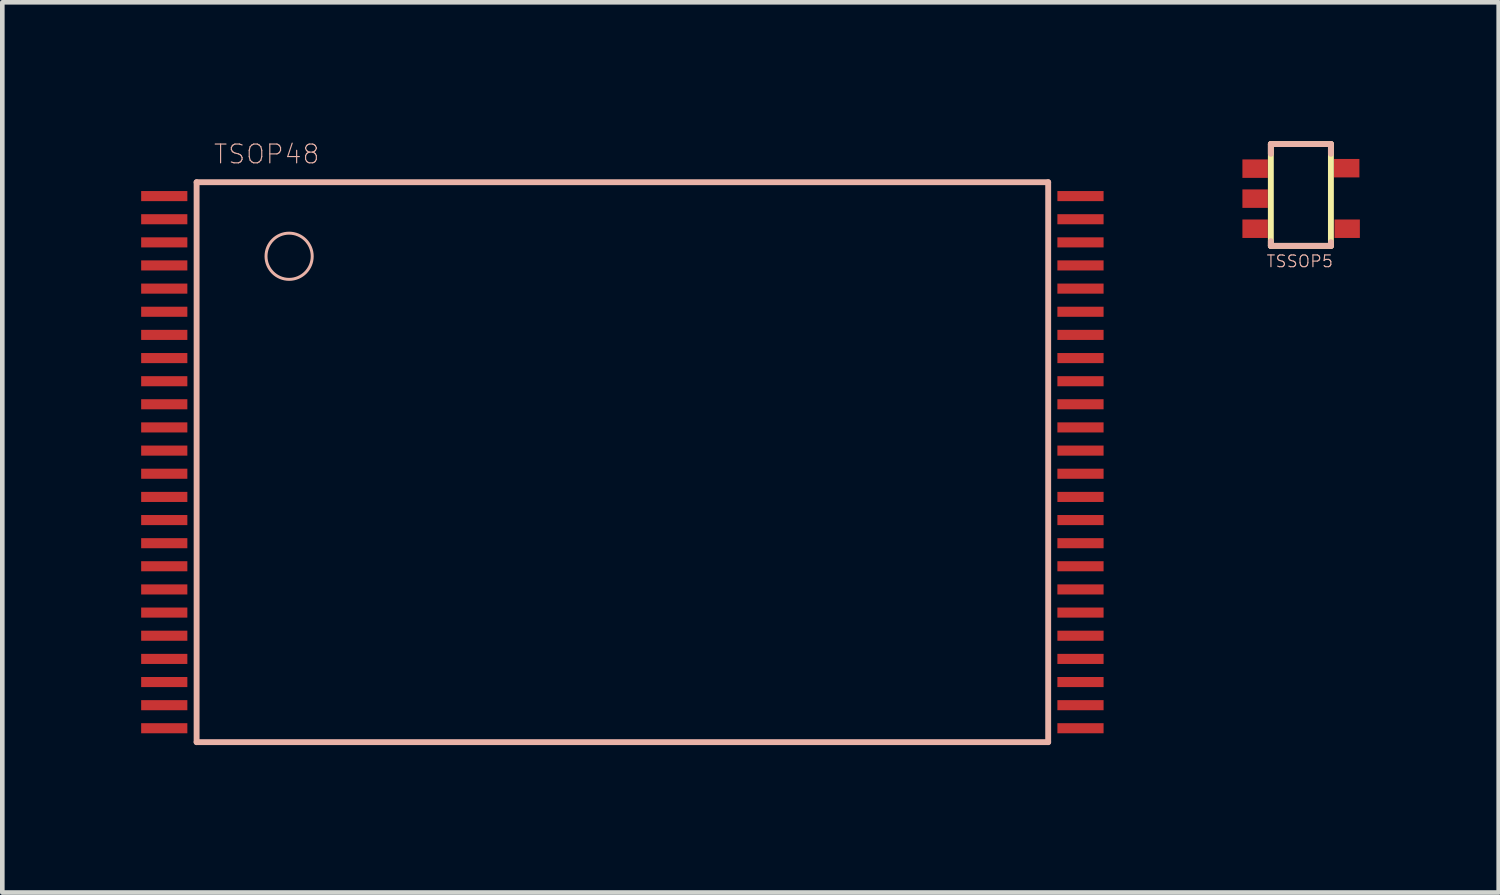
<source format=kicad_pcb>
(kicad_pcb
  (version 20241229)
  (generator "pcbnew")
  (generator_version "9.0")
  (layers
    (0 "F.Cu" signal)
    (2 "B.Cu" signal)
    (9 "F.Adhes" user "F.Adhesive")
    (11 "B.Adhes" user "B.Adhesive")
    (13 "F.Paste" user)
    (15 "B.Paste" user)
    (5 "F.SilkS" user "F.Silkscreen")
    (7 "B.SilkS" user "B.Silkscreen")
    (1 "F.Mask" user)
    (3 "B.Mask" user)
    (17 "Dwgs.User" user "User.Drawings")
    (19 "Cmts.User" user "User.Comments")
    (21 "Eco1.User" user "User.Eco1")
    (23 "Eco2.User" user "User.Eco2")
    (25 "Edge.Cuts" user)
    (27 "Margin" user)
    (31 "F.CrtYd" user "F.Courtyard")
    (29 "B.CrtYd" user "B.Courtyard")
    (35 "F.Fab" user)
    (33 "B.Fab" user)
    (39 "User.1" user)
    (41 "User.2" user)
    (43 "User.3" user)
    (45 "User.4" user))
  (footprint "TSSOP5"
    (layer "F.Cu")
    (at 25.108 1.163)
    (property "Reference" "TSSOP5" (at -0.074 1.433 0) (layer "B.SilkS") (effects (font (size 0.254 0.254) (thickness 0.025))))
    (attr smd)
    (fp_line (start -0.699 -1.1) (end -0.699 1.1) (stroke (width 0.127) (type solid)) (layer "F.SilkS"))
    (fp_line (start -0.699 1.1) (end 0.599 1.1) (stroke (width 0.127) (type solid)) (layer "F.SilkS"))
    (fp_line (start 0.599 -1.1) (end -0.699 -1.1) (stroke (width 0.127) (type solid)) (layer "F.SilkS"))
    (fp_line (start 0.599 1.1) (end 0.599 -1.1) (stroke (width 0.127) (type solid)) (layer "F.SilkS"))
    (fp_line (start -0.699 -1.1) (end 0.589 -1.1) (stroke (width 0.127) (type solid)) (layer "B.SilkS"))
    (fp_line (start -0.699 -0.889) (end -0.699 -1.1) (stroke (width 0.127) (type solid)) (layer "B.SilkS"))
    (fp_line (start -0.699 0.998) (end -0.699 1.1) (stroke (width 0.127) (type solid)) (layer "B.SilkS"))
    (fp_line (start -0.699 1.1) (end 0.599 1.1) (stroke (width 0.127) (type solid)) (layer "B.SilkS"))
    (fp_line (start 0.589 -1.1) (end 0.599 -1.1) (stroke (width 0.127) (type solid)) (layer "B.SilkS"))
    (fp_line (start 0.599 -1.1) (end 0.599 -0.889) (stroke (width 0.127) (type solid)) (layer "B.SilkS"))
    (fp_line (start 0.599 1.1) (end 0.599 1.019) (stroke (width 0.127) (type solid)) (layer "B.SilkS"))
    (pad "1" smd rect (at -1.039 -0.569 90) (size 0.399 0.549) (layers "F.Cu" "F.Mask" "F.Paste"))
    (pad "2" smd rect (at -1.039 0.079 90) (size 0.399 0.549) (layers "F.Cu" "F.Mask" "F.Paste"))
    (pad "3" smd rect (at -1.039 0.729 90) (size 0.399 0.549) (layers "F.Cu" "F.Mask" "F.Paste"))
    (pad "4" smd rect (at 0.95 0.729 90) (size 0.399 0.549) (layers "F.Cu" "F.Mask" "F.Paste"))
    (pad "5" smd rect (at 0.94 -0.579 90) (size 0.399 0.549) (layers "F.Cu" "F.Mask" "F.Paste")))
  (footprint "TSOP48"
    (layer "F.Cu")
    (at 1.198 12.985)
    (property "Reference" "TSOP48" (at 1.514 -12.703 0) (layer "B.SilkS") (effects (font (size 0.406 0.406) (thickness 0.025))))
    (attr smd)
    (fp_line (start 0 -12.098) (end 18.4 -12.098) (stroke (width 0.066) (type solid)) (layer "F.SilkS"))
    (fp_line (start 0 0) (end 0 -12.098) (stroke (width 0.066) (type solid)) (layer "F.SilkS"))
    (fp_line (start 0 0) (end 18.4 0) (stroke (width 0.066) (type solid)) (layer "F.SilkS"))
    (fp_line (start 18.4 0) (end 18.4 -12.098) (stroke (width 0.066) (type solid)) (layer "F.SilkS"))
    (fp_line (start 0 -12.098) (end 0 0) (stroke (width 0.127) (type solid)) (layer "B.SilkS"))
    (fp_line (start 0 0) (end 18.4 0) (stroke (width 0.127) (type solid)) (layer "B.SilkS"))
    (fp_line (start 18.4 -12.098) (end 0 -12.098) (stroke (width 0.127) (type solid)) (layer "B.SilkS"))
    (fp_line (start 18.4 0) (end 18.4 -12.098) (stroke (width 0.127) (type solid)) (layer "B.SilkS"))
    (fp_circle (center 1.999 -10.498) (end 2.352 -10.851) (stroke (width 0.064) (type solid)) (fill no) (layer "B.SilkS"))
    (pad "1" smd rect (at -0.699 -11.798) (size 0.998 0.218) (layers "F.Cu" "F.Mask" "F.Paste"))
    (pad "2" smd rect (at -0.699 -11.298) (size 0.998 0.218) (layers "F.Cu" "F.Mask" "F.Paste"))
    (pad "3" smd rect (at -0.699 -10.798) (size 0.998 0.218) (layers "F.Cu" "F.Mask" "F.Paste"))
    (pad "4" smd rect (at -0.699 -10.3) (size 0.998 0.218) (layers "F.Cu" "F.Mask" "F.Paste"))
    (pad "5" smd rect (at -0.699 -9.799) (size 0.998 0.218) (layers "F.Cu" "F.Mask" "F.Paste"))
    (pad "6" smd rect (at -0.699 -9.299) (size 0.998 0.218) (layers "F.Cu" "F.Mask" "F.Paste"))
    (pad "7" smd rect (at -0.699 -8.799) (size 0.998 0.218) (layers "F.Cu" "F.Mask" "F.Paste"))
    (pad "8" smd rect (at -0.699 -8.298) (size 0.998 0.218) (layers "F.Cu" "F.Mask" "F.Paste"))
    (pad "9" smd rect (at -0.699 -7.798) (size 0.998 0.218) (layers "F.Cu" "F.Mask" "F.Paste"))
    (pad "10" smd rect (at -0.699 -7.3) (size 0.998 0.218) (layers "F.Cu" "F.Mask" "F.Paste"))
    (pad "11" smd rect (at -0.699 -6.8) (size 0.998 0.218) (layers "F.Cu" "F.Mask" "F.Paste"))
    (pad "12" smd rect (at -0.699 -6.299) (size 0.998 0.218) (layers "F.Cu" "F.Mask" "F.Paste"))
    (pad "13" smd rect (at -0.699 -5.799) (size 0.998 0.218) (layers "F.Cu" "F.Mask" "F.Paste"))
    (pad "14" smd rect (at -0.699 -5.298) (size 0.998 0.218) (layers "F.Cu" "F.Mask" "F.Paste"))
    (pad "15" smd rect (at -0.699 -4.798) (size 0.998 0.218) (layers "F.Cu" "F.Mask" "F.Paste"))
    (pad "16" smd rect (at -0.699 -4.298) (size 0.998 0.218) (layers "F.Cu" "F.Mask" "F.Paste"))
    (pad "17" smd rect (at -0.699 -3.8) (size 0.998 0.218) (layers "F.Cu" "F.Mask" "F.Paste"))
    (pad "18" smd rect (at -0.699 -3.299) (size 0.998 0.218) (layers "F.Cu" "F.Mask" "F.Paste"))
    (pad "19" smd rect (at -0.699 -2.799) (size 0.998 0.218) (layers "F.Cu" "F.Mask" "F.Paste"))
    (pad "20" smd rect (at -0.699 -2.299) (size 0.998 0.218) (layers "F.Cu" "F.Mask" "F.Paste"))
    (pad "21" smd rect (at -0.699 -1.798) (size 0.998 0.218) (layers "F.Cu" "F.Mask" "F.Paste"))
    (pad "22" smd rect (at -0.699 -1.298) (size 0.998 0.218) (layers "F.Cu" "F.Mask" "F.Paste"))
    (pad "23" smd rect (at -0.699 -0.798) (size 0.998 0.218) (layers "F.Cu" "F.Mask" "F.Paste"))
    (pad "24" smd rect (at -0.699 -0.3) (size 0.998 0.218) (layers "F.Cu" "F.Mask" "F.Paste"))
    (pad "25" smd rect (at 19.098 -0.3) (size 0.998 0.218) (layers "F.Cu" "F.Mask" "F.Paste"))
    (pad "26" smd rect (at 19.098 -0.798) (size 0.998 0.218) (layers "F.Cu" "F.Mask" "F.Paste"))
    (pad "27" smd rect (at 19.098 -1.298) (size 0.998 0.218) (layers "F.Cu" "F.Mask" "F.Paste"))
    (pad "28" smd rect (at 19.098 -1.798) (size 0.998 0.218) (layers "F.Cu" "F.Mask" "F.Paste"))
    (pad "29" smd rect (at 19.098 -2.299) (size 0.998 0.218) (layers "F.Cu" "F.Mask" "F.Paste"))
    (pad "30" smd rect (at 19.098 -2.799) (size 0.998 0.218) (layers "F.Cu" "F.Mask" "F.Paste"))
    (pad "31" smd rect (at 19.098 -3.299) (size 0.998 0.218) (layers "F.Cu" "F.Mask" "F.Paste"))
    (pad "32" smd rect (at 19.098 -3.8) (size 0.998 0.218) (layers "F.Cu" "F.Mask" "F.Paste"))
    (pad "33" smd rect (at 19.098 -4.298) (size 0.998 0.218) (layers "F.Cu" "F.Mask" "F.Paste"))
    (pad "34" smd rect (at 19.098 -4.798) (size 0.998 0.218) (layers "F.Cu" "F.Mask" "F.Paste"))
    (pad "35" smd rect (at 19.098 -5.298) (size 0.998 0.218) (layers "F.Cu" "F.Mask" "F.Paste"))
    (pad "36" smd rect (at 19.098 -5.799) (size 0.998 0.218) (layers "F.Cu" "F.Mask" "F.Paste"))
    (pad "37" smd rect (at 19.098 -6.299) (size 0.998 0.218) (layers "F.Cu" "F.Mask" "F.Paste"))
    (pad "38" smd rect (at 19.098 -6.8) (size 0.998 0.218) (layers "F.Cu" "F.Mask" "F.Paste"))
    (pad "39" smd rect (at 19.098 -7.3) (size 0.998 0.218) (layers "F.Cu" "F.Mask" "F.Paste"))
    (pad "40" smd rect (at 19.098 -7.798) (size 0.998 0.218) (layers "F.Cu" "F.Mask" "F.Paste"))
    (pad "41" smd rect (at 19.098 -8.298) (size 0.998 0.218) (layers "F.Cu" "F.Mask" "F.Paste"))
    (pad "42" smd rect (at 19.098 -8.799) (size 0.998 0.218) (layers "F.Cu" "F.Mask" "F.Paste"))
    (pad "43" smd rect (at 19.098 -9.299) (size 0.998 0.218) (layers "F.Cu" "F.Mask" "F.Paste"))
    (pad "44" smd rect (at 19.098 -9.799) (size 0.998 0.218) (layers "F.Cu" "F.Mask" "F.Paste"))
    (pad "45" smd rect (at 19.098 -10.3) (size 0.998 0.218) (layers "F.Cu" "F.Mask" "F.Paste"))
    (pad "46" smd rect (at 19.098 -10.798) (size 0.998 0.218) (layers "F.Cu" "F.Mask" "F.Paste"))
    (pad "47" smd rect (at 19.098 -11.298) (size 0.998 0.218) (layers "F.Cu" "F.Mask" "F.Paste"))
    (pad "48" smd rect (at 19.098 -11.798) (size 0.998 0.218) (layers "F.Cu" "F.Mask" "F.Paste")))
  (gr_rect
    (start -3 -3)
    (end 29.332 16.235)
    (stroke (width 0.1) (type default))
    (fill no)
    (layer "Edge.Cuts")))
</source>
